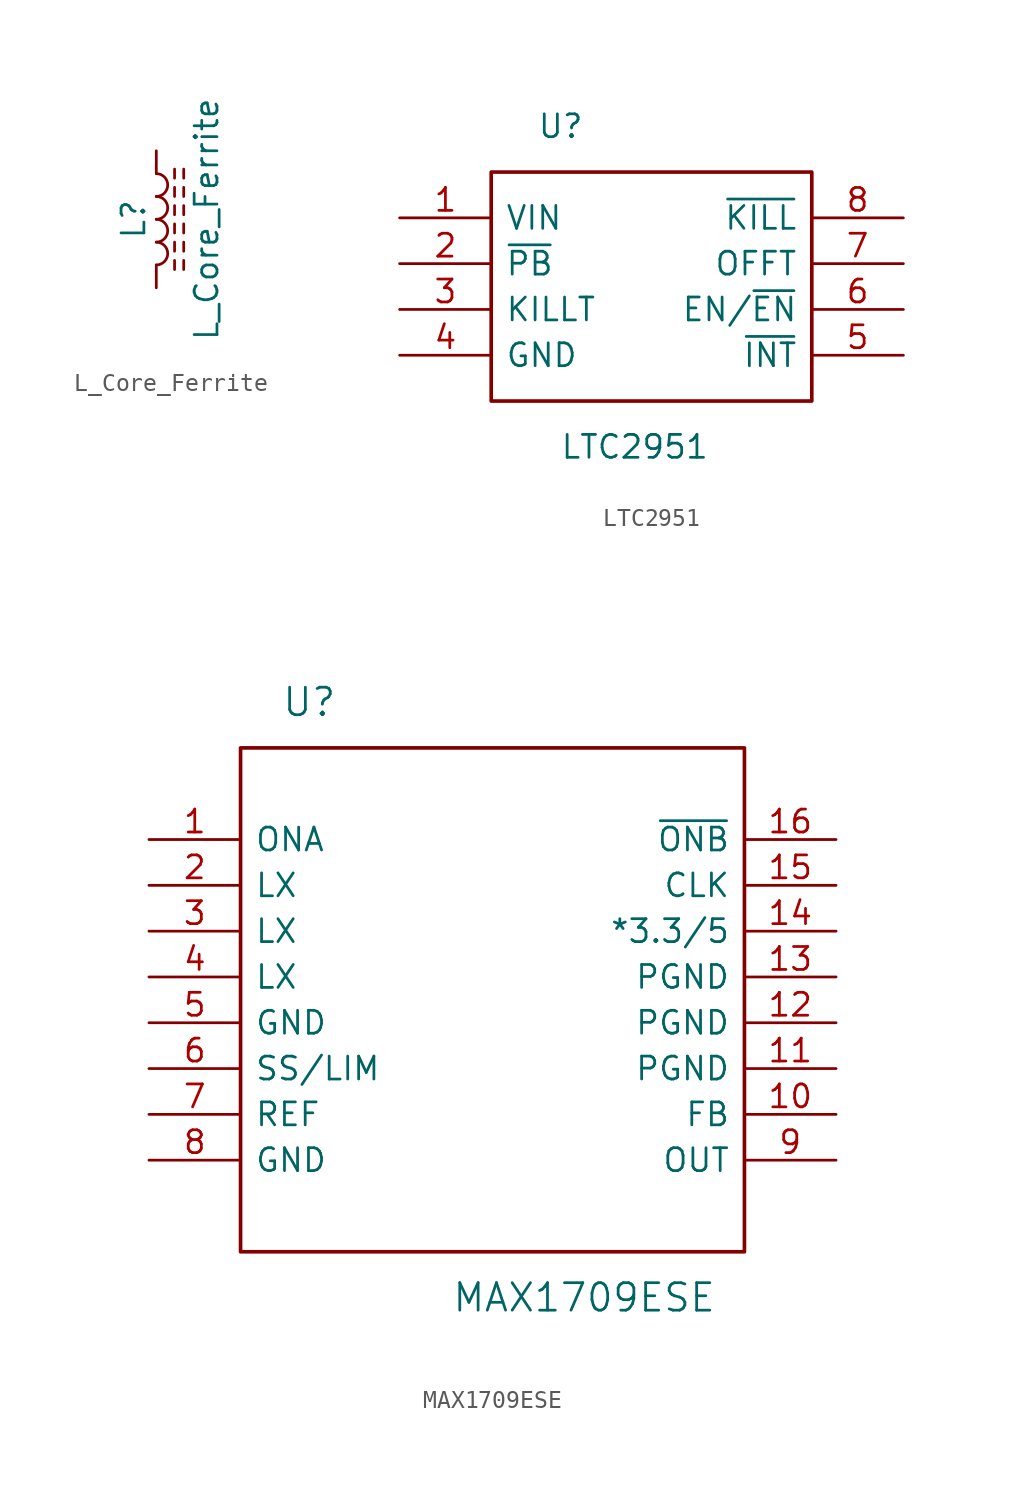
<source format=kicad_sym>
(kicad_symbol_lib
  (version 20241209)
  (generator "kicad_symbol_editor")
  (generator_version "9.0")
  (symbol "L_Core_Ferrite"
    (pin_numbers
      (hide yes))
    (pin_names
      (offset 1.016)
      (hide yes))
    (property "Reference" "L"
      (at -1.27 0 90)
      (effects (font (size 1.27 1.27))))
    (property "Value" "L_Core_Ferrite"
      (at 2.794 0 90)
      (effects (font (size 1.27 1.27))))
    (symbol "L_Core_Ferrite_0_1"
      (arc (start 0 2.54) (mid 0.6323 1.905) (end 0 1.27) (stroke (width 0) (type solid)) (fill (type none)))
      (arc (start 0 1.27) (mid 0.6323 0.635) (end 0 0) (stroke (width 0) (type solid)) (fill (type none)))
      (arc (start 0 0) (mid 0.6323 -0.635) (end 0 -1.27) (stroke (width 0) (type solid)) (fill (type none)))
      (arc (start 0 -1.27) (mid 0.6323 -1.905) (end 0 -2.54) (stroke (width 0) (type solid)) (fill (type none)))
      (polyline (pts (xy 1.016 2.286) (xy 1.016 2.794)) (stroke (width 0) (type solid)) (fill (type none)))
      (polyline (pts (xy 1.016 1.27) (xy 1.016 1.778)) (stroke (width 0) (type solid)) (fill (type none)))
      (polyline (pts (xy 1.016 0.254) (xy 1.016 0.762)) (stroke (width 0) (type solid)) (fill (type none)))
      (polyline (pts (xy 1.016 -0.762) (xy 1.016 -0.254)) (stroke (width 0) (type solid)) (fill (type none)))
      (polyline (pts (xy 1.016 -1.778) (xy 1.016 -1.27)) (stroke (width 0) (type solid)) (fill (type none)))
      (polyline (pts (xy 1.016 -2.794) (xy 1.016 -2.286)) (stroke (width 0) (type solid)) (fill (type none)))
      (polyline (pts (xy 1.524 2.794) (xy 1.524 2.286)) (stroke (width 0) (type solid)) (fill (type none)))
      (polyline (pts (xy 1.524 1.778) (xy 1.524 1.27)) (stroke (width 0) (type solid)) (fill (type none)))
      (polyline (pts (xy 1.524 0.762) (xy 1.524 0.254)) (stroke (width 0) (type solid)) (fill (type none)))
      (polyline (pts (xy 1.524 -0.254) (xy 1.524 -0.762)) (stroke (width 0) (type solid)) (fill (type none)))
      (polyline (pts (xy 1.524 -1.27) (xy 1.524 -1.778)) (stroke (width 0) (type solid)) (fill (type none)))
      (polyline (pts (xy 1.524 -2.286) (xy 1.524 -2.794)) (stroke (width 0) (type solid)) (fill (type none))))
    (symbol "L_Core_Ferrite_1_1"
      (pin passive line (at 0 3.81 270) (length 1.27) (name "1" (effects (font (size 1.27 1.27)))) (number "1" (effects (font (size 1.27 1.27)))))
      (pin passive line (at 0 -3.81 90) (length 1.27) (name "2" (effects (font (size 1.27 1.27)))) (number "2" (effects (font (size 1.27 1.27)))))))
  (symbol "LTC2951"
    (pin_names
      (offset 0.762))
    (property "Reference" "U"
      (at -6.35 8.89 0)
      (effects (font (size 1.27 1.27)) (justify left)))
    (property "Value" "LTC2951"
      (at -5.08 -8.89 0)
      (effects (font (size 1.27 1.27)) (justify left)))
    (symbol "LTC2951_0_0"
      (pin bidirectional line (at -13.97 3.81 0) (length 5.08) (name "VIN" (effects (font (size 1.27 1.27)))) (number "1" (effects (font (size 1.27 1.27)))))
      (pin bidirectional line (at -13.97 1.27 0) (length 5.08) (name "~{PB}" (effects (font (size 1.27 1.27)))) (number "2" (effects (font (size 1.27 1.27)))))
      (pin bidirectional line (at -13.97 -1.27 0) (length 5.08) (name "KILLT" (effects (font (size 1.27 1.27)))) (number "3" (effects (font (size 1.27 1.27)))))
      (pin bidirectional line (at -13.97 -3.81 0) (length 5.08) (name "GND" (effects (font (size 1.27 1.27)))) (number "4" (effects (font (size 1.27 1.27)))))
      (pin bidirectional line (at 13.97 3.81 180) (length 5.08) (name "~{KILL}" (effects (font (size 1.27 1.27)))) (number "8" (effects (font (size 1.27 1.27)))))
      (pin bidirectional line (at 13.97 1.27 180) (length 5.08) (name "OFFT" (effects (font (size 1.27 1.27)))) (number "7" (effects (font (size 1.27 1.27)))))
      (pin bidirectional line (at 13.97 -1.27 180) (length 5.08) (name "EN/~{EN}" (effects (font (size 1.27 1.27)))) (number "6" (effects (font (size 1.27 1.27)))))
      (pin bidirectional line (at 13.97 -3.81 180) (length 5.08) (name "~{INT}" (effects (font (size 1.27 1.27)))) (number "5" (effects (font (size 1.27 1.27))))))
    (symbol "LTC2951_0_1"
      (polyline (pts (xy -8.89 6.35) (xy 8.89 6.35) (xy 8.89 -6.35) (xy -8.89 -6.35) (xy -8.89 6.35)) (stroke (width 0.203) (type solid)) (fill (type none)))))
  (symbol "MAX1709ESE"
    (pin_names
      (offset 0.762))
    (property "Reference" "U"
      (at -10.16 16.51 0)
      (effects (font (size 1.524 1.524))))
    (property "Value" "MAX1709ESE"
      (at 5.08 -16.51 0)
      (effects (font (size 1.524 1.524))))
    (symbol "MAX1709ESE_1_0"
      (rectangle (start -13.97 -13.97) (end 13.97 13.97) (stroke (width 0.203) (type solid)) (fill (type none)))
      (pin input line (at -19.05 8.89 0) (length 5.08) (name "ONA" (effects (font (size 1.27 1.27)))) (number "1" (effects (font (size 1.27 1.27)))))
      (pin output line (at -19.05 6.35 0) (length 5.08) (name "LX" (effects (font (size 1.27 1.27)))) (number "2" (effects (font (size 1.27 1.27)))))
      (pin output line (at -19.05 3.81 0) (length 5.08) (name "LX" (effects (font (size 1.27 1.27)))) (number "3" (effects (font (size 1.27 1.27)))))
      (pin output line (at -19.05 1.27 0) (length 5.08) (name "LX" (effects (font (size 1.27 1.27)))) (number "4" (effects (font (size 1.27 1.27)))))
      (pin power_in line (at -19.05 -1.27 0) (length 5.08) (name "GND" (effects (font (size 1.27 1.27)))) (number "5" (effects (font (size 1.27 1.27)))))
      (pin input line (at -19.05 -3.81 0) (length 5.08) (name "SS/LIM" (effects (font (size 1.27 1.27)))) (number "6" (effects (font (size 1.27 1.27)))))
      (pin output line (at -19.05 -6.35 0) (length 5.08) (name "REF" (effects (font (size 1.27 1.27)))) (number "7" (effects (font (size 1.27 1.27)))))
      (pin power_in line (at -19.05 -8.89 0) (length 5.08) (name "GND" (effects (font (size 1.27 1.27)))) (number "8" (effects (font (size 1.27 1.27)))))
      (pin input line (at 19.05 8.89 180) (length 5.08) (name "~{ONB}" (effects (font (size 1.27 1.27)))) (number "16" (effects (font (size 1.27 1.27)))))
      (pin input line (at 19.05 6.35 180) (length 5.08) (name "CLK" (effects (font (size 1.27 1.27)))) (number "15" (effects (font (size 1.27 1.27)))))
      (pin output line (at 19.05 3.81 180) (length 5.08) (name "*3.3/5" (effects (font (size 1.27 1.27)))) (number "14" (effects (font (size 1.27 1.27)))))
      (pin power_in line (at 19.05 1.27 180) (length 5.08) (name "PGND" (effects (font (size 1.27 1.27)))) (number "13" (effects (font (size 1.27 1.27)))))
      (pin power_in line (at 19.05 -1.27 180) (length 5.08) (name "PGND" (effects (font (size 1.27 1.27)))) (number "12" (effects (font (size 1.27 1.27)))))
      (pin power_in line (at 19.05 -3.81 180) (length 5.08) (name "PGND" (effects (font (size 1.27 1.27)))) (number "11" (effects (font (size 1.27 1.27)))))
      (pin input line (at 19.05 -6.35 180) (length 5.08) (name "FB" (effects (font (size 1.27 1.27)))) (number "10" (effects (font (size 1.27 1.27)))))
      (pin input line (at 19.05 -8.89 180) (length 5.08) (name "OUT" (effects (font (size 1.27 1.27)))) (number "9" (effects (font (size 1.27 1.27))))))))
</source>
